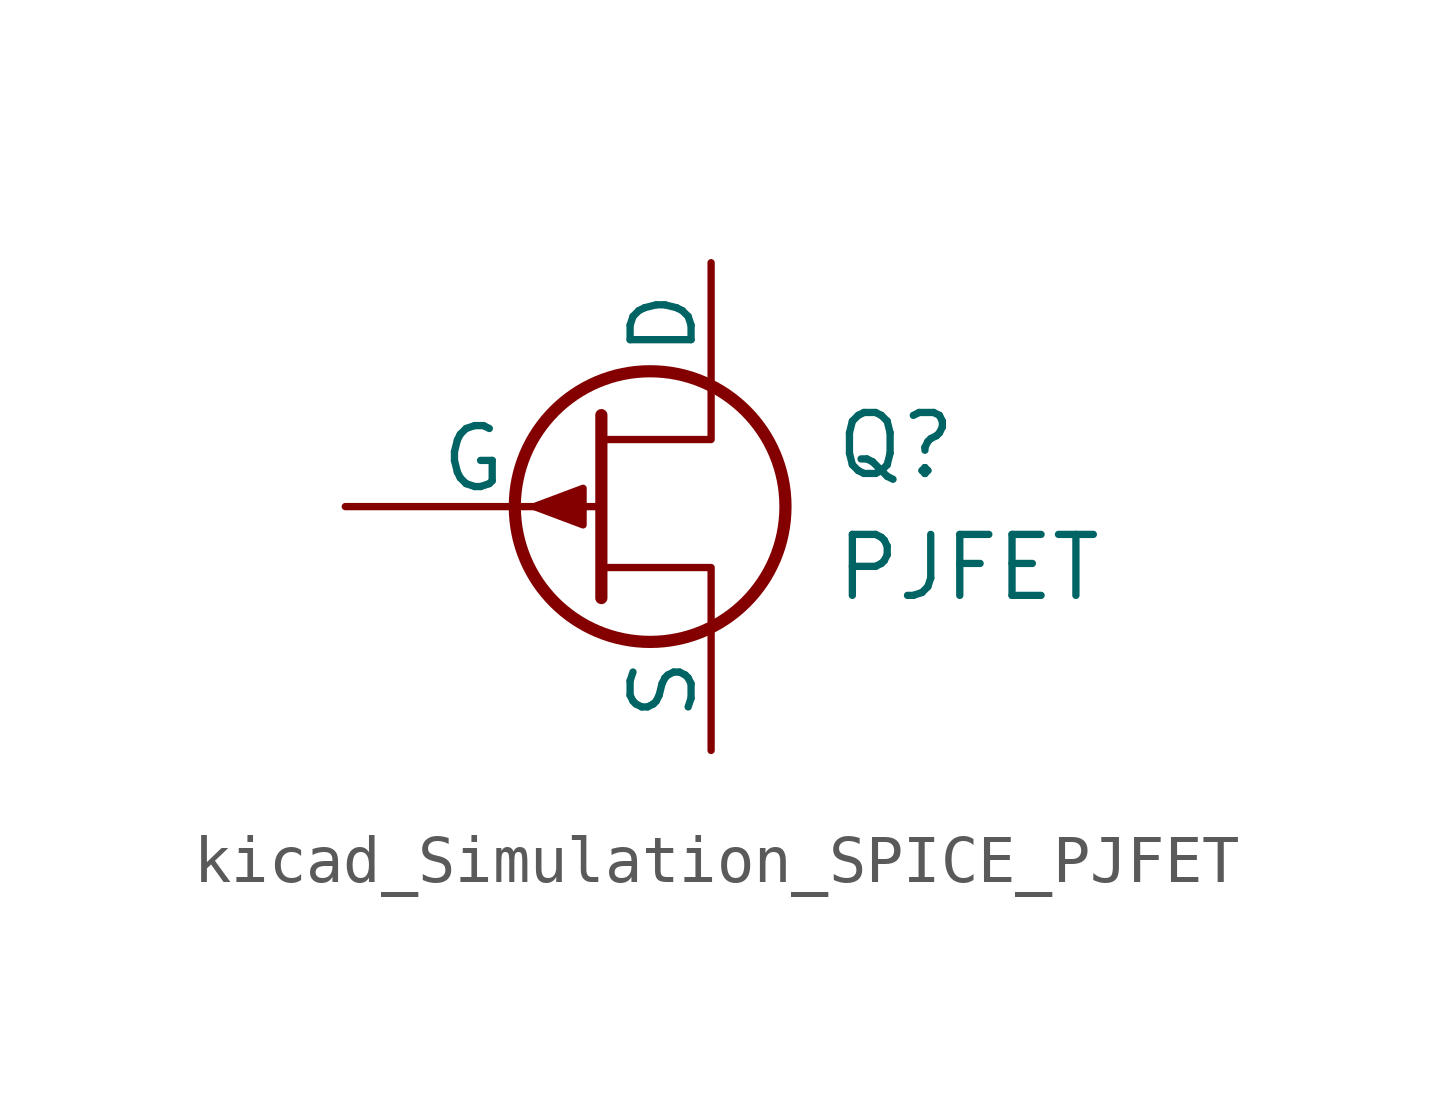
<source format=kicad_sym>
(kicad_symbol_lib
  (version 20220914)
  (generator kicad_symbol_editor)
  (symbol "kicad_Simulation_SPICE_PJFET"
    (pin_numbers hide)
    (pin_names
      (offset 0))
    (property "Reference" "Q"
      (at 5.08 1.27 0)
      (effects (font (size 1.27 1.27)) (justify left)))
    (property "Value" "PJFET"
      (at 5.08 -1.27 0)
      (effects (font (size 1.27 1.27)) (justify left)))
    (symbol "kicad_Simulation_SPICE_PJFET_0_1"
      (polyline (pts (xy 0.254 1.905) (xy 0.254 -1.905) (xy 0.254 -1.905)) (stroke (width 0.254) (type default)) (fill (type none)))
      (polyline (pts (xy 2.54 -2.54) (xy 2.54 -1.27) (xy 0.254 -1.27)) (stroke (width 0) (type default)) (fill (type none)))
      (polyline (pts (xy 2.54 2.54) (xy 2.54 1.397) (xy 0.254 1.397)) (stroke (width 0) (type default)) (fill (type none)))
      (polyline (pts (xy -1.143 0) (xy -0.127 0.381) (xy -0.127 -0.381) (xy -1.143 0)) (stroke (width 0) (type default)) (fill (type outline)))
      (circle (center 1.27 0) (radius 2.819) (stroke (width 0.254) (type default)) (fill (type none))))
    (symbol "kicad_Simulation_SPICE_PJFET_1_1"
      (pin passive line (at 2.54 5.08 270) (length 2.54) (name "D" (effects (font (size 1.27 1.27)))) (number "1" (effects (font (size 1.27 1.27)))))
      (pin input line (at -5.08 0 0) (length 5.334) (name "G" (effects (font (size 1.27 1.27)))) (number "2" (effects (font (size 1.27 1.27)))))
      (pin passive line (at 2.54 -5.08 90) (length 2.54) (name "S" (effects (font (size 1.27 1.27)))) (number "3" (effects (font (size 1.27 1.27))))))))
</source>
